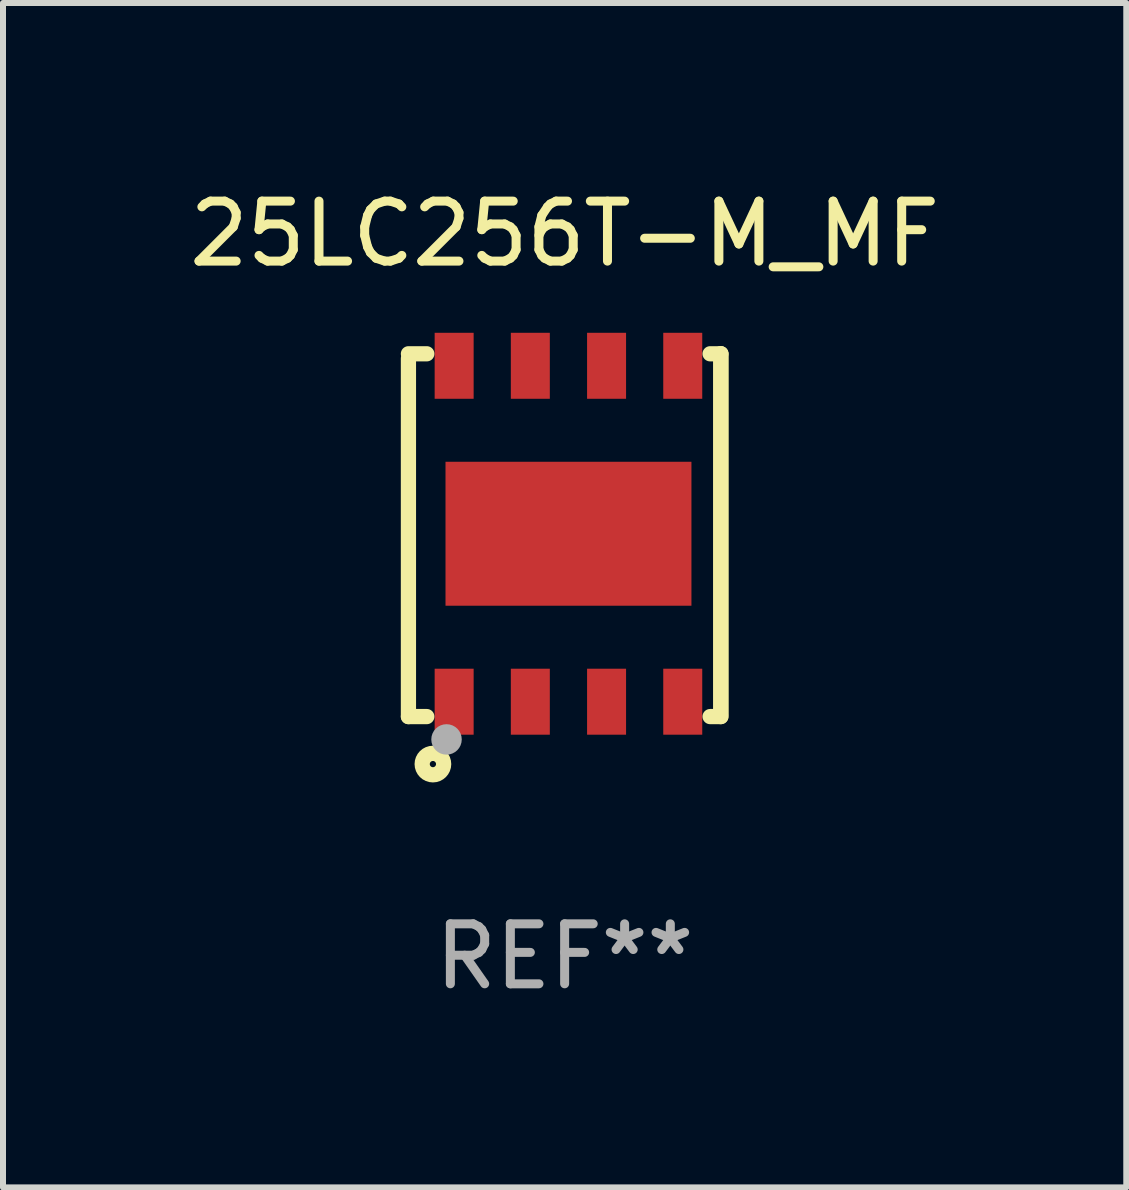
<source format=kicad_pcb>
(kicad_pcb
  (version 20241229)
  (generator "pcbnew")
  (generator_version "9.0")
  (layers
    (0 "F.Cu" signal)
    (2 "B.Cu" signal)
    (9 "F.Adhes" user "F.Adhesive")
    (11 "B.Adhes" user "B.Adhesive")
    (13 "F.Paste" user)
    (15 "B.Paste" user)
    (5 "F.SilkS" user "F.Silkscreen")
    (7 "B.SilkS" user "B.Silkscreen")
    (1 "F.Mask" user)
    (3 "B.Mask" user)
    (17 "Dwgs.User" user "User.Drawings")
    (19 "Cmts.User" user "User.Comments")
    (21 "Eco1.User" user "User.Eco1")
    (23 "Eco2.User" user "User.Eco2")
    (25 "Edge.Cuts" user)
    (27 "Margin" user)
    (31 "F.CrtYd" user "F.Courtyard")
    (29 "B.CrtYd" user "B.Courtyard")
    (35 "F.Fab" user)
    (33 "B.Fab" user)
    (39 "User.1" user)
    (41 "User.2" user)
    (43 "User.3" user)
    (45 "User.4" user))
  (footprint "25LC256T-M_MF"
    (layer "F.Cu")
    (at 6.363 5.872)
    (property "Reference" "25LC256T-M_MF" (at 0 -5.024 0) (layer "F.SilkS") (effects (font (size 1 1) (thickness 0.15))))
    (attr through_hole)
    (fp_line (start -2.604 -2.945) (end -2.604 3.024) (stroke (width 0.254) (type solid)) (layer "F.SilkS"))
    (fp_line (start -2.604 3.024) (end -2.298 3.024) (stroke (width 0.254) (type solid)) (layer "F.SilkS"))
    (fp_line (start -2.298 -3.024) (end -2.604 -3.024) (stroke (width 0.254) (type solid)) (layer "F.SilkS"))
    (fp_line (start 2.425 3.024) (end 2.604 3.024) (stroke (width 0.254) (type solid)) (layer "F.SilkS"))
    (fp_line (start 2.604 -3.024) (end 2.425 -3.024) (stroke (width 0.254) (type solid)) (layer "F.SilkS"))
    (fp_line (start 2.604 -3.024) (end 2.604 2.976) (stroke (width 0.254) (type solid)) (layer "F.SilkS"))
    (fp_line (start 2.604 3.024) (end 2.604 -3.024) (stroke (width 0.254) (type solid)) (layer "F.SilkS"))
    (fp_circle (center -2.437 2.976) (end -2.407 2.976) (stroke (width 0.06) (type solid)) (fill no) (layer "F.SilkS"))
    (fp_circle (center -2.196 3.816) (end -2.017 3.816) (stroke (width 0.254) (type solid)) (fill no) (layer "F.SilkS"))
    (fp_circle (center -1.969 3.405) (end -1.842 3.405) (stroke (width 0.254) (type solid)) (fill no) (layer "F.Fab"))
    (fp_text user "REF**" (at 0 7.024 0) (layer "F.Fab") (effects (font (size 1 1) (thickness 0.15))))
    (pad "1" smd rect (at -1.842 2.776) (size 0.65 1.1) (layers "F.Cu" "F.Mask" "F.Paste"))
    (pad "2" smd rect (at -0.572 2.776) (size 0.65 1.1) (layers "F.Cu" "F.Mask" "F.Paste"))
    (pad "3" smd rect (at 0.699 2.776) (size 0.65 1.1) (layers "F.Cu" "F.Mask" "F.Paste"))
    (pad "4" smd rect (at 1.969 2.776) (size 0.65 1.1) (layers "F.Cu" "F.Mask" "F.Paste"))
    (pad "5" smd rect (at 1.969 -2.824) (size 0.65 1.1) (layers "F.Cu" "F.Mask" "F.Paste"))
    (pad "6" smd rect (at 0.699 -2.824) (size 0.65 1.1) (layers "F.Cu" "F.Mask" "F.Paste"))
    (pad "7" smd rect (at -0.572 -2.824) (size 0.65 1.1) (layers "F.Cu" "F.Mask" "F.Paste"))
    (pad "8" smd rect (at -1.842 -2.824) (size 0.65 1.1) (layers "F.Cu" "F.Mask" "F.Paste"))
    (pad "9" smd rect (at 0.064 -0.024) (size 4.1 2.4) (layers "F.Cu" "F.Mask" "F.Paste")))
  (gr_rect
    (start -3 -3)
    (end 15.726 16.745)
    (stroke (width 0.1) (type default))
    (fill no)
    (layer "Edge.Cuts")))
</source>
